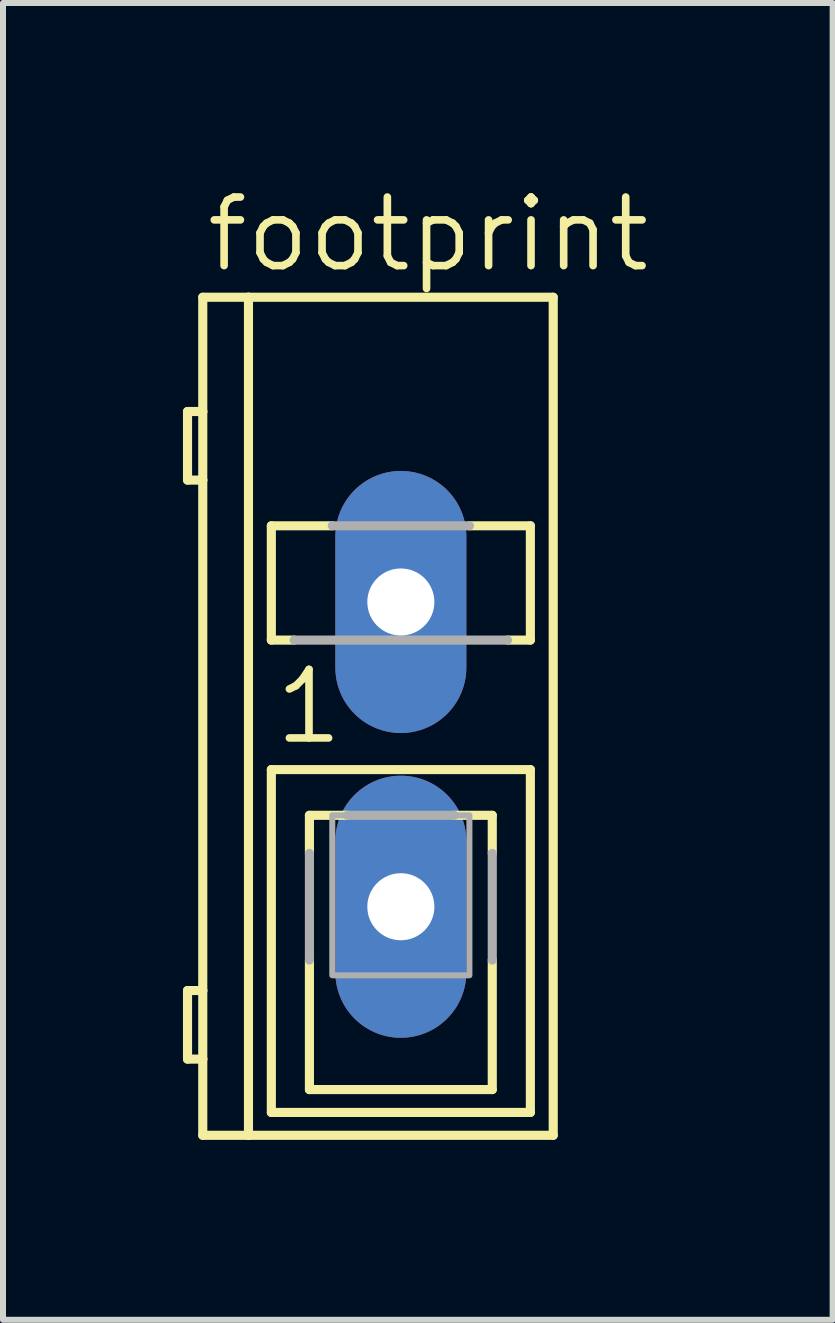
<source format=kicad_pcb>
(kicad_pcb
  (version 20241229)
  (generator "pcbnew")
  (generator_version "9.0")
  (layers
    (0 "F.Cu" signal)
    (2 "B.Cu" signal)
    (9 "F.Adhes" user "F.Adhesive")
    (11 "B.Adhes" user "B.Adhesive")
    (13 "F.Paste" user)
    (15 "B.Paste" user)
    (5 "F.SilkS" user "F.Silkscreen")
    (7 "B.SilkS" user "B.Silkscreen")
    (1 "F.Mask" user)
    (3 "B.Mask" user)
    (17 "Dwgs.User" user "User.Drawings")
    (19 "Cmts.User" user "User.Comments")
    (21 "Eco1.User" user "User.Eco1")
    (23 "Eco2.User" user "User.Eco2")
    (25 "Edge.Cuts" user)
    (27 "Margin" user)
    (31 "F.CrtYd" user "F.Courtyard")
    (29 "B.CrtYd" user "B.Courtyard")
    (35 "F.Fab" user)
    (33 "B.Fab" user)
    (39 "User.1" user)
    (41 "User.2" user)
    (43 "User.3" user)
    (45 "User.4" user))
  (footprint "footprint"
    (layer "F.Cu")
    (at 3.632 9.525)
    (property "Reference" "footprint" (at -3.302 -8.001 0) (layer "F.SilkS") (effects (font (size 1.143 1.143) (thickness 0.127)) (justify left bottom)))
    (fp_line (start -3.556 -4.572) (end -3.556 -5.715) (stroke (width 0.152) (type solid)) (layer "F.SilkS"))
    (fp_line (start -3.556 -4.572) (end -3.302 -4.572) (stroke (width 0.152) (type solid)) (layer "F.SilkS"))
    (fp_line (start -3.556 3.937) (end -3.556 5.08) (stroke (width 0.152) (type solid)) (layer "F.SilkS"))
    (fp_line (start -3.556 5.08) (end -3.302 5.08) (stroke (width 0.152) (type solid)) (layer "F.SilkS"))
    (fp_line (start -3.302 -7.62) (end -2.54 -7.62) (stroke (width 0.152) (type solid)) (layer "F.SilkS"))
    (fp_line (start -3.302 -5.715) (end -3.556 -5.715) (stroke (width 0.152) (type solid)) (layer "F.SilkS"))
    (fp_line (start -3.302 -5.715) (end -3.302 -7.62) (stroke (width 0.152) (type solid)) (layer "F.SilkS"))
    (fp_line (start -3.302 -4.572) (end -3.302 -5.715) (stroke (width 0.152) (type solid)) (layer "F.SilkS"))
    (fp_line (start -3.302 3.937) (end -3.556 3.937) (stroke (width 0.152) (type solid)) (layer "F.SilkS"))
    (fp_line (start -3.302 3.937) (end -3.302 -4.572) (stroke (width 0.152) (type solid)) (layer "F.SilkS"))
    (fp_line (start -3.302 5.08) (end -3.302 3.937) (stroke (width 0.152) (type solid)) (layer "F.SilkS"))
    (fp_line (start -3.302 6.35) (end -3.302 5.08) (stroke (width 0.152) (type solid)) (layer "F.SilkS"))
    (fp_line (start -2.54 6.35) (end -3.302 6.35) (stroke (width 0.152) (type solid)) (layer "F.SilkS"))
    (fp_line (start -2.54 6.35) (end -2.54 -7.62) (stroke (width 0.152) (type solid)) (layer "F.SilkS"))
    (fp_line (start -2.54 6.35) (end 2.54 6.35) (stroke (width 0.152) (type solid)) (layer "F.SilkS"))
    (fp_line (start -2.159 -3.81) (end -1.143 -3.81) (stroke (width 0.152) (type solid)) (layer "F.SilkS"))
    (fp_line (start -2.159 -1.905) (end -2.159 -3.81) (stroke (width 0.152) (type solid)) (layer "F.SilkS"))
    (fp_line (start -2.159 -1.905) (end -1.778 -1.905) (stroke (width 0.152) (type solid)) (layer "F.SilkS"))
    (fp_line (start -2.159 5.969) (end -2.159 0.254) (stroke (width 0.152) (type solid)) (layer "F.SilkS"))
    (fp_line (start -2.159 5.969) (end 2.159 5.969) (stroke (width 0.152) (type solid)) (layer "F.SilkS"))
    (fp_line (start -1.524 1.651) (end -1.524 1.016) (stroke (width 0.152) (type solid)) (layer "F.SilkS"))
    (fp_line (start -1.524 3.429) (end -1.524 5.588) (stroke (width 0.152) (type solid)) (layer "F.SilkS"))
    (fp_line (start -0.889 1.016) (end -1.524 1.016) (stroke (width 0.152) (type solid)) (layer "F.SilkS"))
    (fp_line (start 0.889 1.016) (end 1.524 1.016) (stroke (width 0.152) (type solid)) (layer "F.SilkS"))
    (fp_line (start 1.143 -3.81) (end 2.159 -3.81) (stroke (width 0.152) (type solid)) (layer "F.SilkS"))
    (fp_line (start 1.524 1.651) (end 1.524 1.016) (stroke (width 0.152) (type solid)) (layer "F.SilkS"))
    (fp_line (start 1.524 3.429) (end 1.524 5.588) (stroke (width 0.152) (type solid)) (layer "F.SilkS"))
    (fp_line (start 1.524 5.588) (end -1.524 5.588) (stroke (width 0.152) (type solid)) (layer "F.SilkS"))
    (fp_line (start 1.778 -1.905) (end 2.159 -1.905) (stroke (width 0.152) (type solid)) (layer "F.SilkS"))
    (fp_line (start 2.159 -3.81) (end 2.159 -1.905) (stroke (width 0.152) (type solid)) (layer "F.SilkS"))
    (fp_line (start 2.159 0.254) (end -2.159 0.254) (stroke (width 0.152) (type solid)) (layer "F.SilkS"))
    (fp_line (start 2.159 0.254) (end 2.159 5.969) (stroke (width 0.152) (type solid)) (layer "F.SilkS"))
    (fp_line (start 2.54 -7.62) (end -2.54 -7.62) (stroke (width 0.152) (type solid)) (layer "F.SilkS"))
    (fp_line (start 2.54 6.35) (end 2.54 -7.62) (stroke (width 0.152) (type solid)) (layer "F.SilkS"))
    (fp_line (start -1.778 -1.905) (end 1.778 -1.905) (stroke (width 0.152) (type solid)) (layer "F.Fab"))
    (fp_line (start -1.524 1.651) (end -1.524 3.429) (stroke (width 0.152) (type solid)) (layer "F.Fab"))
    (fp_line (start -0.889 1.016) (end 0.889 1.016) (stroke (width 0.152) (type solid)) (layer "F.Fab"))
    (fp_line (start 1.143 -3.81) (end -1.143 -3.81) (stroke (width 0.152) (type solid)) (layer "F.Fab"))
    (fp_line (start 1.524 1.651) (end 1.524 3.429) (stroke (width 0.152) (type solid)) (layer "F.Fab"))
    (fp_poly (pts (xy -1.143 3.683) (xy 1.143 3.683) (xy 1.143 1.016) (xy -1.143 1.016)) (stroke (width 0.1) (type solid)) (fill no) (layer "F.Fab"))
    (fp_text user "1" (at -2.159 -0.127 0) (layer "F.SilkS") (effects (font (size 1.143 1.143) (thickness 0.127)) (justify left bottom)))
    (pad "1" thru_hole oval (at 0 2.54 90) (size 4.369 2.184) (drill 1.118) (layers "*.Cu" "*.Mask"))
    (pad "2" thru_hole oval (at 0 -2.54 90) (size 4.369 2.184) (drill 1.118) (layers "*.Cu" "*.Mask")))
  (gr_rect
    (start -3 -3)
    (end 10.83 18.951)
    (stroke (width 0.1) (type default))
    (fill no)
    (layer "Edge.Cuts")))
</source>
